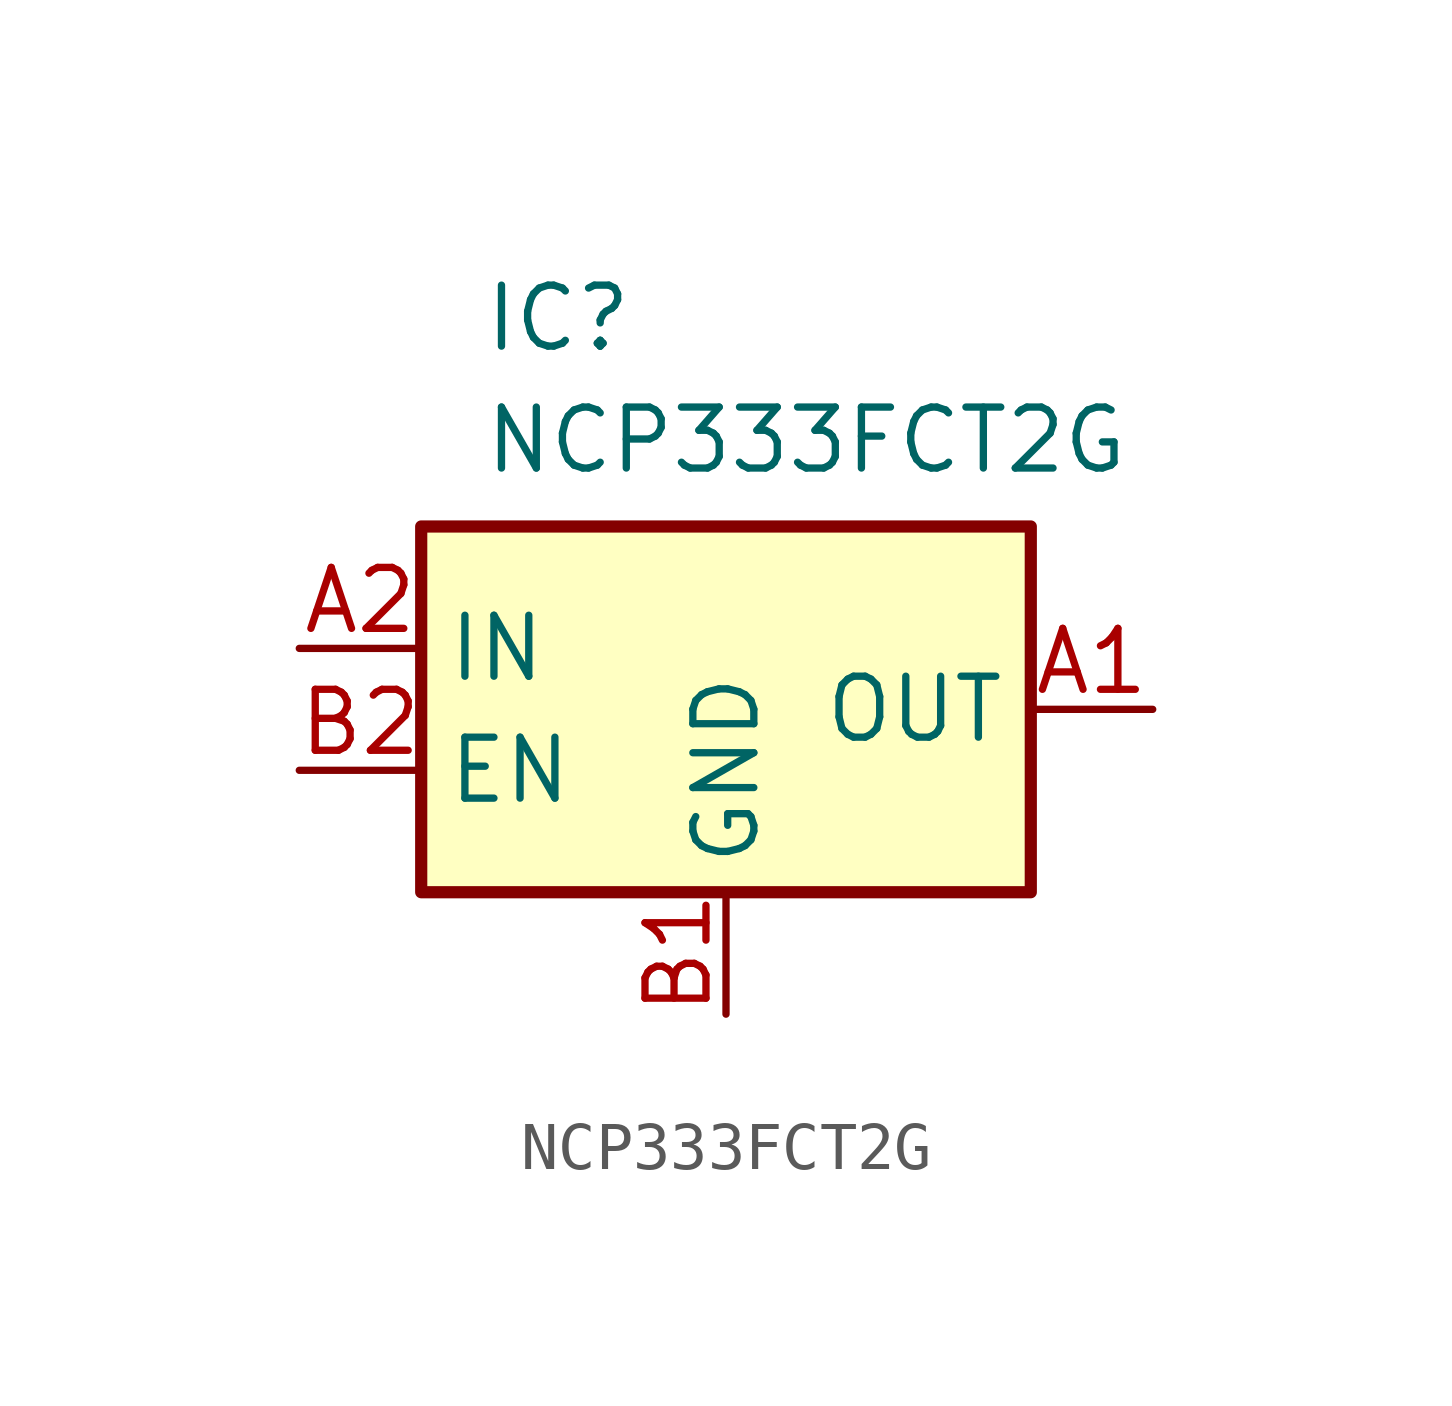
<source format=kicad_sym>
(kicad_symbol_lib
  (version 20220914)
  (generator kicad_symbol_editor)
  (symbol "NCP333FCT2G"
    (property "Reference" "IC"
      (at -5.08 8.89 0)
      (effects (font (size 1.27 1.27)) (justify left top)))
    (property "Value" "NCP333FCT2G"
      (at -5.08 6.35 0)
      (effects (font (size 1.27 1.27)) (justify left top)))
    (symbol "NCP333FCT2G_1_1"
      (rectangle (start -6.35 3.81) (end 6.35 -3.81) (stroke (width 0.254) (type default)) (fill (type background)))
      (pin power_out line (at 8.89 0 180) (length 2.54) (name "OUT" (effects (font (size 1.27 1.27)))) (number "A1" (effects (font (size 1.27 1.27)))))
      (pin power_in line (at -8.89 1.27 0) (length 2.54) (name "IN" (effects (font (size 1.27 1.27)))) (number "A2" (effects (font (size 1.27 1.27)))))
      (pin power_in line (at 0 -6.35 90) (length 2.54) (name "GND" (effects (font (size 1.27 1.27)))) (number "B1" (effects (font (size 1.27 1.27)))))
      (pin input line (at -8.89 -1.27 0) (length 2.54) (name "EN" (effects (font (size 1.27 1.27)))) (number "B2" (effects (font (size 1.27 1.27))))))))
</source>
